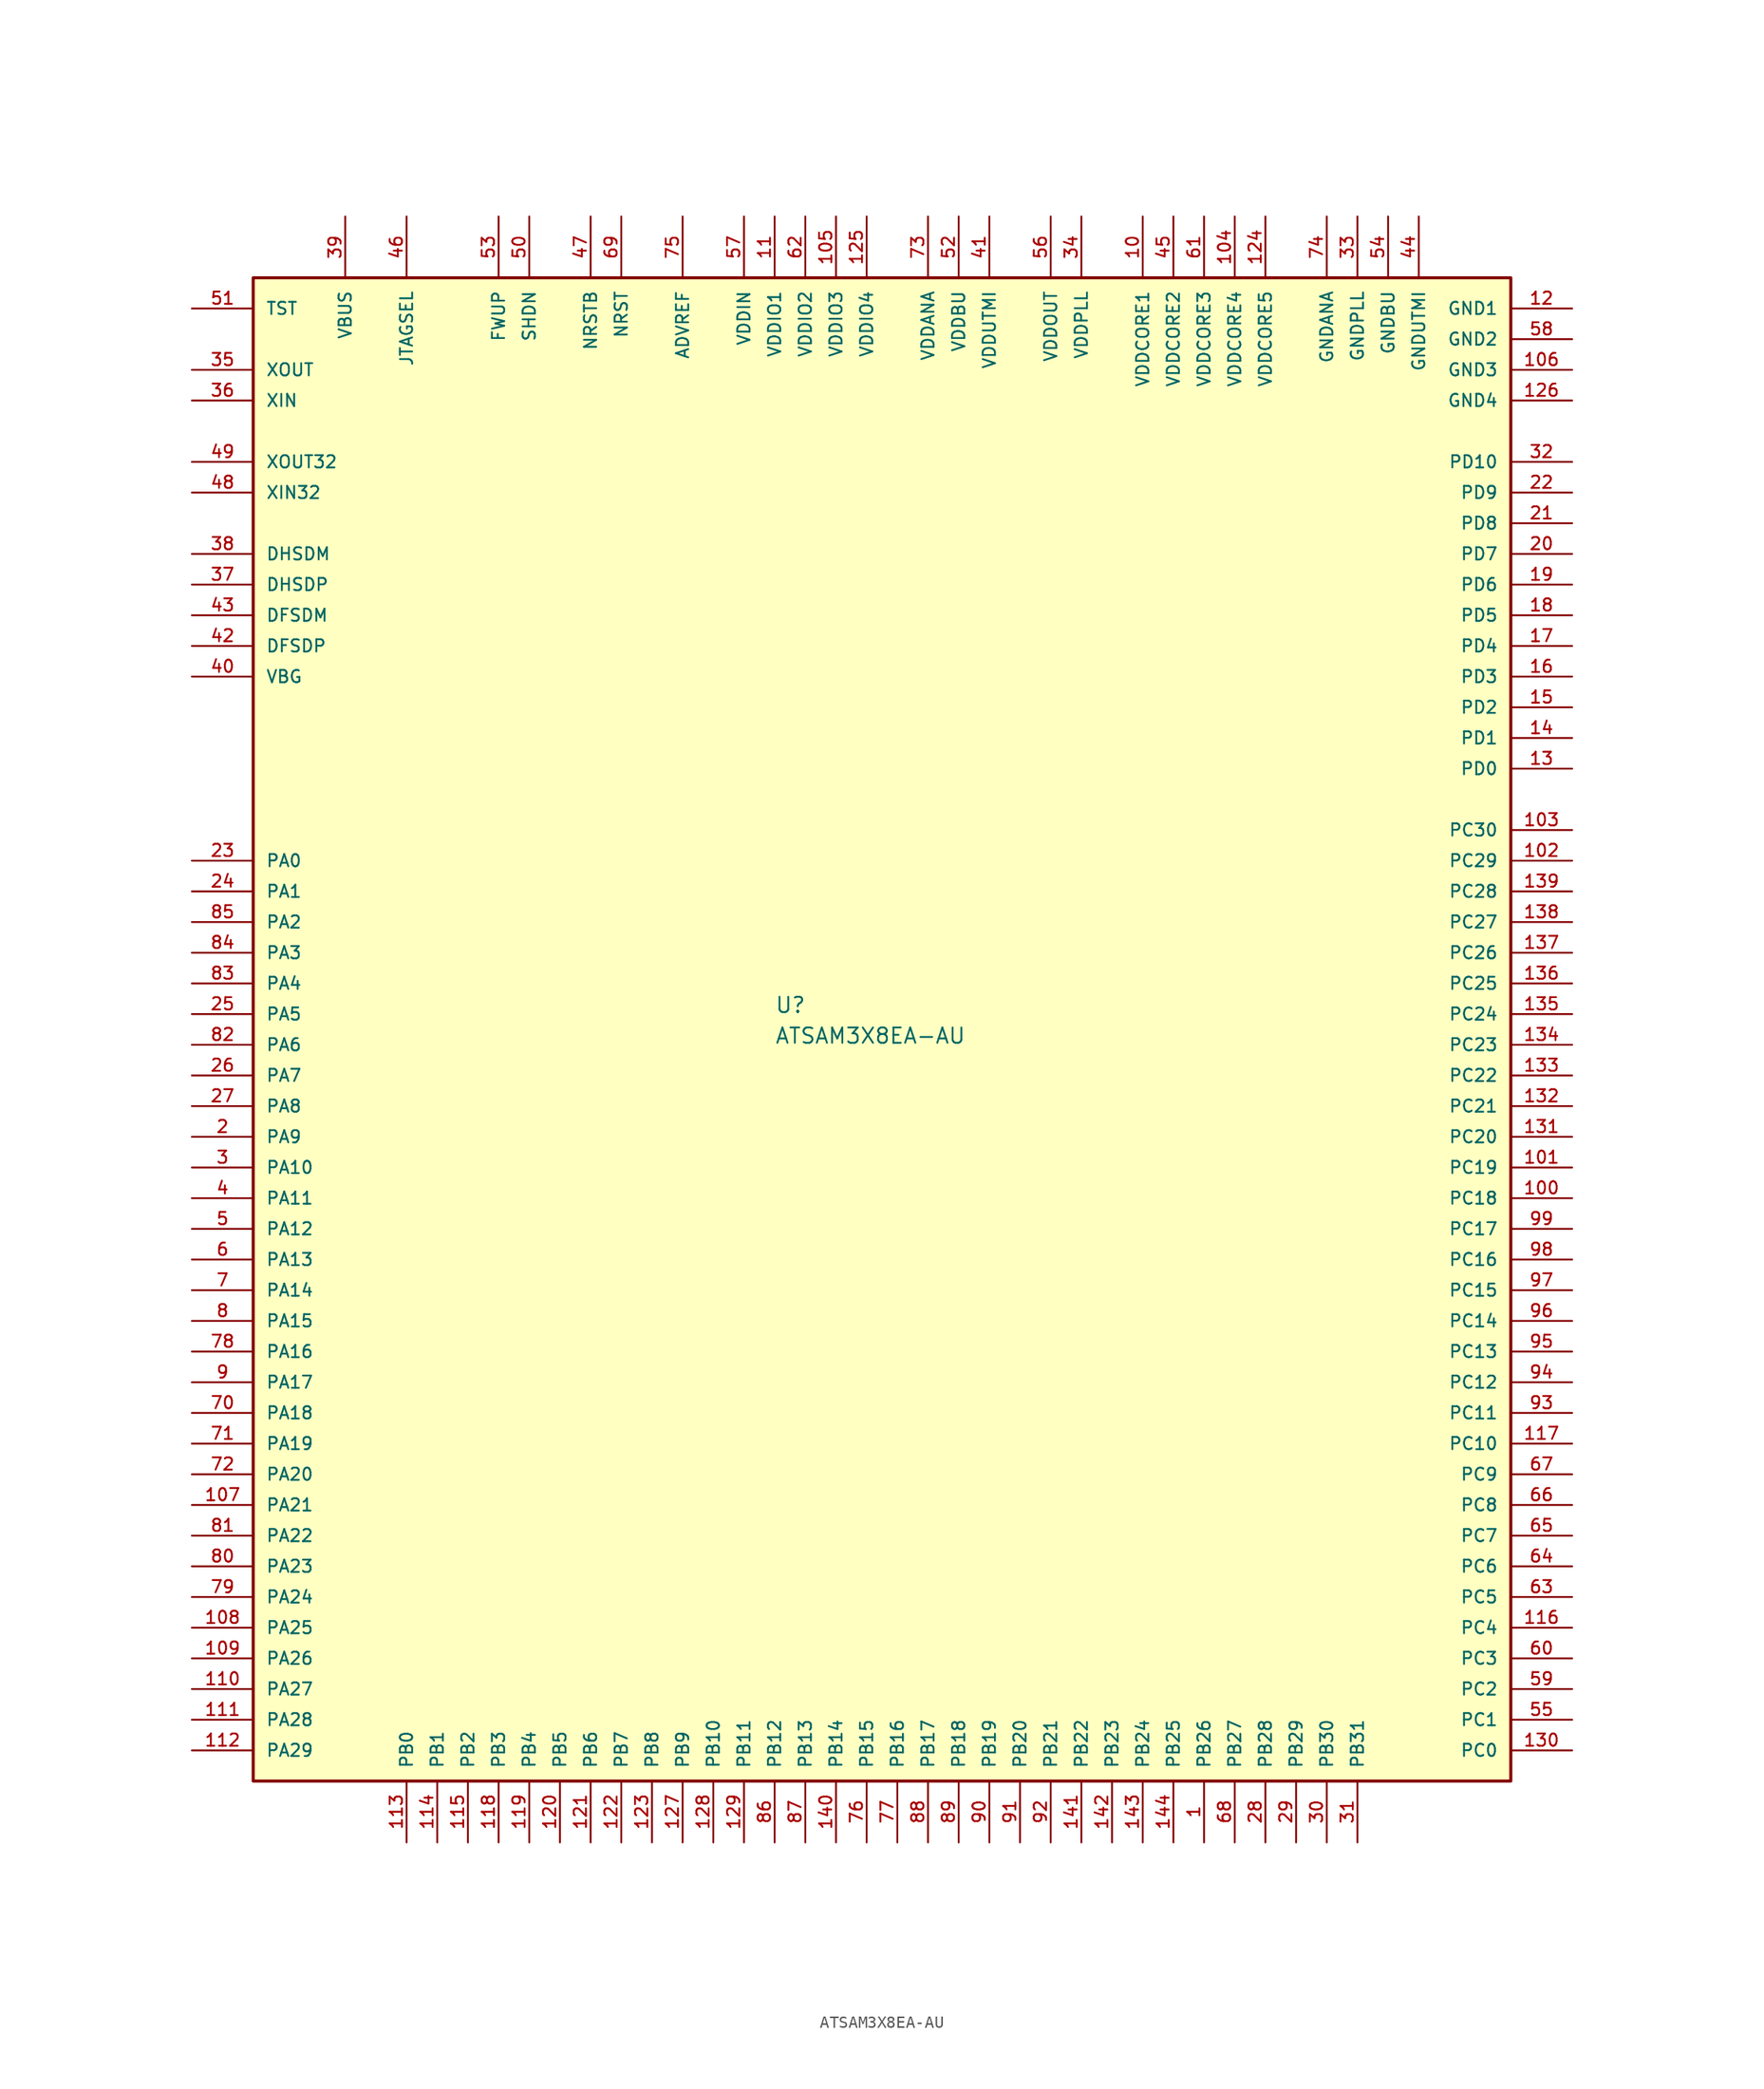
<source format=kicad_sym>
(kicad_symbol_lib
  (version 20220914)
  (generator kicad_symbol_editor)
  (symbol "ATSAM3X8EA-AU"
    (pin_names
      (offset 1.016))
    (property "Reference" "U"
      (at 10.16 111.76 0)
      (effects (font (size 1.27 1.27)) (justify left bottom)))
    (property "Value" "ATSAM3X8EA-AU"
      (at 10.16 109.22 0)
      (effects (font (size 1.27 1.27)) (justify left bottom)))
    (symbol "ATSAM3X8EA-AU_0_0"
      (rectangle (start -33.02 48.26) (end 71.12 172.72) (stroke (width 0.254) (type solid)) (fill (type background)))
      (pin bidirectional line (at 45.72 43.18 90) (length 5.08) (name "PB26" (effects (font (size 1.016 1.016)))) (number "1" (effects (font (size 1.016 1.016)))))
      (pin power_in line (at 40.64 177.8 270) (length 5.08) (name "VDDCORE1" (effects (font (size 1.016 1.016)))) (number "10" (effects (font (size 1.016 1.016)))))
      (pin bidirectional line (at 76.2 96.52 180) (length 5.08) (name "PC18" (effects (font (size 1.016 1.016)))) (number "100" (effects (font (size 1.016 1.016)))))
      (pin bidirectional line (at 76.2 99.06 180) (length 5.08) (name "PC19" (effects (font (size 1.016 1.016)))) (number "101" (effects (font (size 1.016 1.016)))))
      (pin bidirectional line (at 76.2 124.46 180) (length 5.08) (name "PC29" (effects (font (size 1.016 1.016)))) (number "102" (effects (font (size 1.016 1.016)))))
      (pin bidirectional line (at 76.2 127 180) (length 5.08) (name "PC30" (effects (font (size 1.016 1.016)))) (number "103" (effects (font (size 1.016 1.016)))))
      (pin power_in line (at 48.26 177.8 270) (length 5.08) (name "VDDCORE4" (effects (font (size 1.016 1.016)))) (number "104" (effects (font (size 1.016 1.016)))))
      (pin power_in line (at 15.24 177.8 270) (length 5.08) (name "VDDIO3" (effects (font (size 1.016 1.016)))) (number "105" (effects (font (size 1.016 1.016)))))
      (pin power_in line (at 76.2 165.1 180) (length 5.08) (name "GND3" (effects (font (size 1.016 1.016)))) (number "106" (effects (font (size 1.016 1.016)))))
      (pin bidirectional line (at -38.1 71.12 0) (length 5.08) (name "PA21" (effects (font (size 1.016 1.016)))) (number "107" (effects (font (size 1.016 1.016)))))
      (pin bidirectional line (at -38.1 60.96 0) (length 5.08) (name "PA25" (effects (font (size 1.016 1.016)))) (number "108" (effects (font (size 1.016 1.016)))))
      (pin bidirectional line (at -38.1 58.42 0) (length 5.08) (name "PA26" (effects (font (size 1.016 1.016)))) (number "109" (effects (font (size 1.016 1.016)))))
      (pin power_in line (at 10.16 177.8 270) (length 5.08) (name "VDDIO1" (effects (font (size 1.016 1.016)))) (number "11" (effects (font (size 1.016 1.016)))))
      (pin bidirectional line (at -38.1 55.88 0) (length 5.08) (name "PA27" (effects (font (size 1.016 1.016)))) (number "110" (effects (font (size 1.016 1.016)))))
      (pin bidirectional line (at -38.1 53.34 0) (length 5.08) (name "PA28" (effects (font (size 1.016 1.016)))) (number "111" (effects (font (size 1.016 1.016)))))
      (pin bidirectional line (at -38.1 50.8 0) (length 5.08) (name "PA29" (effects (font (size 1.016 1.016)))) (number "112" (effects (font (size 1.016 1.016)))))
      (pin bidirectional line (at -20.32 43.18 90) (length 5.08) (name "PB0" (effects (font (size 1.016 1.016)))) (number "113" (effects (font (size 1.016 1.016)))))
      (pin bidirectional line (at -17.78 43.18 90) (length 5.08) (name "PB1" (effects (font (size 1.016 1.016)))) (number "114" (effects (font (size 1.016 1.016)))))
      (pin bidirectional line (at -15.24 43.18 90) (length 5.08) (name "PB2" (effects (font (size 1.016 1.016)))) (number "115" (effects (font (size 1.016 1.016)))))
      (pin bidirectional line (at 76.2 60.96 180) (length 5.08) (name "PC4" (effects (font (size 1.016 1.016)))) (number "116" (effects (font (size 1.016 1.016)))))
      (pin bidirectional line (at 76.2 76.2 180) (length 5.08) (name "PC10" (effects (font (size 1.016 1.016)))) (number "117" (effects (font (size 1.016 1.016)))))
      (pin bidirectional line (at -12.7 43.18 90) (length 5.08) (name "PB3" (effects (font (size 1.016 1.016)))) (number "118" (effects (font (size 1.016 1.016)))))
      (pin bidirectional line (at -10.16 43.18 90) (length 5.08) (name "PB4" (effects (font (size 1.016 1.016)))) (number "119" (effects (font (size 1.016 1.016)))))
      (pin power_in line (at 76.2 170.18 180) (length 5.08) (name "GND1" (effects (font (size 1.016 1.016)))) (number "12" (effects (font (size 1.016 1.016)))))
      (pin bidirectional line (at -7.62 43.18 90) (length 5.08) (name "PB5" (effects (font (size 1.016 1.016)))) (number "120" (effects (font (size 1.016 1.016)))))
      (pin bidirectional line (at -5.08 43.18 90) (length 5.08) (name "PB6" (effects (font (size 1.016 1.016)))) (number "121" (effects (font (size 1.016 1.016)))))
      (pin bidirectional line (at -2.54 43.18 90) (length 5.08) (name "PB7" (effects (font (size 1.016 1.016)))) (number "122" (effects (font (size 1.016 1.016)))))
      (pin bidirectional line (at 0 43.18 90) (length 5.08) (name "PB8" (effects (font (size 1.016 1.016)))) (number "123" (effects (font (size 1.016 1.016)))))
      (pin power_in line (at 50.8 177.8 270) (length 5.08) (name "VDDCORE5" (effects (font (size 1.016 1.016)))) (number "124" (effects (font (size 1.016 1.016)))))
      (pin power_in line (at 17.78 177.8 270) (length 5.08) (name "VDDIO4" (effects (font (size 1.016 1.016)))) (number "125" (effects (font (size 1.016 1.016)))))
      (pin power_in line (at 76.2 162.56 180) (length 5.08) (name "GND4" (effects (font (size 1.016 1.016)))) (number "126" (effects (font (size 1.016 1.016)))))
      (pin bidirectional line (at 2.54 43.18 90) (length 5.08) (name "PB9" (effects (font (size 1.016 1.016)))) (number "127" (effects (font (size 1.016 1.016)))))
      (pin bidirectional line (at 5.08 43.18 90) (length 5.08) (name "PB10" (effects (font (size 1.016 1.016)))) (number "128" (effects (font (size 1.016 1.016)))))
      (pin bidirectional line (at 7.62 43.18 90) (length 5.08) (name "PB11" (effects (font (size 1.016 1.016)))) (number "129" (effects (font (size 1.016 1.016)))))
      (pin bidirectional line (at 76.2 132.08 180) (length 5.08) (name "PD0" (effects (font (size 1.016 1.016)))) (number "13" (effects (font (size 1.016 1.016)))))
      (pin bidirectional line (at 76.2 50.8 180) (length 5.08) (name "PC0" (effects (font (size 1.016 1.016)))) (number "130" (effects (font (size 1.016 1.016)))))
      (pin bidirectional line (at 76.2 101.6 180) (length 5.08) (name "PC20" (effects (font (size 1.016 1.016)))) (number "131" (effects (font (size 1.016 1.016)))))
      (pin bidirectional line (at 76.2 104.14 180) (length 5.08) (name "PC21" (effects (font (size 1.016 1.016)))) (number "132" (effects (font (size 1.016 1.016)))))
      (pin bidirectional line (at 76.2 106.68 180) (length 5.08) (name "PC22" (effects (font (size 1.016 1.016)))) (number "133" (effects (font (size 1.016 1.016)))))
      (pin bidirectional line (at 76.2 109.22 180) (length 5.08) (name "PC23" (effects (font (size 1.016 1.016)))) (number "134" (effects (font (size 1.016 1.016)))))
      (pin bidirectional line (at 76.2 111.76 180) (length 5.08) (name "PC24" (effects (font (size 1.016 1.016)))) (number "135" (effects (font (size 1.016 1.016)))))
      (pin bidirectional line (at 76.2 114.3 180) (length 5.08) (name "PC25" (effects (font (size 1.016 1.016)))) (number "136" (effects (font (size 1.016 1.016)))))
      (pin bidirectional line (at 76.2 116.84 180) (length 5.08) (name "PC26" (effects (font (size 1.016 1.016)))) (number "137" (effects (font (size 1.016 1.016)))))
      (pin bidirectional line (at 76.2 119.38 180) (length 5.08) (name "PC27" (effects (font (size 1.016 1.016)))) (number "138" (effects (font (size 1.016 1.016)))))
      (pin bidirectional line (at 76.2 121.92 180) (length 5.08) (name "PC28" (effects (font (size 1.016 1.016)))) (number "139" (effects (font (size 1.016 1.016)))))
      (pin bidirectional line (at 76.2 134.62 180) (length 5.08) (name "PD1" (effects (font (size 1.016 1.016)))) (number "14" (effects (font (size 1.016 1.016)))))
      (pin bidirectional line (at 15.24 43.18 90) (length 5.08) (name "PB14" (effects (font (size 1.016 1.016)))) (number "140" (effects (font (size 1.016 1.016)))))
      (pin bidirectional line (at 35.56 43.18 90) (length 5.08) (name "PB22" (effects (font (size 1.016 1.016)))) (number "141" (effects (font (size 1.016 1.016)))))
      (pin bidirectional line (at 38.1 43.18 90) (length 5.08) (name "PB23" (effects (font (size 1.016 1.016)))) (number "142" (effects (font (size 1.016 1.016)))))
      (pin bidirectional line (at 40.64 43.18 90) (length 5.08) (name "PB24" (effects (font (size 1.016 1.016)))) (number "143" (effects (font (size 1.016 1.016)))))
      (pin bidirectional line (at 43.18 43.18 90) (length 5.08) (name "PB25" (effects (font (size 1.016 1.016)))) (number "144" (effects (font (size 1.016 1.016)))))
      (pin bidirectional line (at 76.2 137.16 180) (length 5.08) (name "PD2" (effects (font (size 1.016 1.016)))) (number "15" (effects (font (size 1.016 1.016)))))
      (pin bidirectional line (at 76.2 139.7 180) (length 5.08) (name "PD3" (effects (font (size 1.016 1.016)))) (number "16" (effects (font (size 1.016 1.016)))))
      (pin bidirectional line (at 76.2 142.24 180) (length 5.08) (name "PD4" (effects (font (size 1.016 1.016)))) (number "17" (effects (font (size 1.016 1.016)))))
      (pin bidirectional line (at 76.2 144.78 180) (length 5.08) (name "PD5" (effects (font (size 1.016 1.016)))) (number "18" (effects (font (size 1.016 1.016)))))
      (pin bidirectional line (at 76.2 147.32 180) (length 5.08) (name "PD6" (effects (font (size 1.016 1.016)))) (number "19" (effects (font (size 1.016 1.016)))))
      (pin bidirectional line (at -38.1 101.6 0) (length 5.08) (name "PA9" (effects (font (size 1.016 1.016)))) (number "2" (effects (font (size 1.016 1.016)))))
      (pin bidirectional line (at 76.2 149.86 180) (length 5.08) (name "PD7" (effects (font (size 1.016 1.016)))) (number "20" (effects (font (size 1.016 1.016)))))
      (pin bidirectional line (at 76.2 152.4 180) (length 5.08) (name "PD8" (effects (font (size 1.016 1.016)))) (number "21" (effects (font (size 1.016 1.016)))))
      (pin bidirectional line (at 76.2 154.94 180) (length 5.08) (name "PD9" (effects (font (size 1.016 1.016)))) (number "22" (effects (font (size 1.016 1.016)))))
      (pin bidirectional line (at -38.1 124.46 0) (length 5.08) (name "PA0" (effects (font (size 1.016 1.016)))) (number "23" (effects (font (size 1.016 1.016)))))
      (pin bidirectional line (at -38.1 121.92 0) (length 5.08) (name "PA1" (effects (font (size 1.016 1.016)))) (number "24" (effects (font (size 1.016 1.016)))))
      (pin bidirectional line (at -38.1 111.76 0) (length 5.08) (name "PA5" (effects (font (size 1.016 1.016)))) (number "25" (effects (font (size 1.016 1.016)))))
      (pin bidirectional line (at -38.1 106.68 0) (length 5.08) (name "PA7" (effects (font (size 1.016 1.016)))) (number "26" (effects (font (size 1.016 1.016)))))
      (pin bidirectional line (at -38.1 104.14 0) (length 5.08) (name "PA8" (effects (font (size 1.016 1.016)))) (number "27" (effects (font (size 1.016 1.016)))))
      (pin bidirectional line (at 50.8 43.18 90) (length 5.08) (name "PB28" (effects (font (size 1.016 1.016)))) (number "28" (effects (font (size 1.016 1.016)))))
      (pin bidirectional line (at 53.34 43.18 90) (length 5.08) (name "PB29" (effects (font (size 1.016 1.016)))) (number "29" (effects (font (size 1.016 1.016)))))
      (pin bidirectional line (at -38.1 99.06 0) (length 5.08) (name "PA10" (effects (font (size 1.016 1.016)))) (number "3" (effects (font (size 1.016 1.016)))))
      (pin bidirectional line (at 55.88 43.18 90) (length 5.08) (name "PB30" (effects (font (size 1.016 1.016)))) (number "30" (effects (font (size 1.016 1.016)))))
      (pin bidirectional line (at 58.42 43.18 90) (length 5.08) (name "PB31" (effects (font (size 1.016 1.016)))) (number "31" (effects (font (size 1.016 1.016)))))
      (pin bidirectional line (at 76.2 157.48 180) (length 5.08) (name "PD10" (effects (font (size 1.016 1.016)))) (number "32" (effects (font (size 1.016 1.016)))))
      (pin power_in line (at 58.42 177.8 270) (length 5.08) (name "GNDPLL" (effects (font (size 1.016 1.016)))) (number "33" (effects (font (size 1.016 1.016)))))
      (pin power_in line (at 35.56 177.8 270) (length 5.08) (name "VDDPLL" (effects (font (size 1.016 1.016)))) (number "34" (effects (font (size 1.016 1.016)))))
      (pin output line (at -38.1 165.1 0) (length 5.08) (name "XOUT" (effects (font (size 1.016 1.016)))) (number "35" (effects (font (size 1.016 1.016)))))
      (pin input line (at -38.1 162.56 0) (length 5.08) (name "XIN" (effects (font (size 1.016 1.016)))) (number "36" (effects (font (size 1.016 1.016)))))
      (pin bidirectional line (at -38.1 147.32 0) (length 5.08) (name "DHSDP" (effects (font (size 1.016 1.016)))) (number "37" (effects (font (size 1.016 1.016)))))
      (pin bidirectional line (at -38.1 149.86 0) (length 5.08) (name "DHSDM" (effects (font (size 1.016 1.016)))) (number "38" (effects (font (size 1.016 1.016)))))
      (pin input line (at -25.4 177.8 270) (length 5.08) (name "VBUS" (effects (font (size 1.016 1.016)))) (number "39" (effects (font (size 1.016 1.016)))))
      (pin bidirectional line (at -38.1 96.52 0) (length 5.08) (name "PA11" (effects (font (size 1.016 1.016)))) (number "4" (effects (font (size 1.016 1.016)))))
      (pin input line (at -38.1 139.7 0) (length 5.08) (name "VBG" (effects (font (size 1.016 1.016)))) (number "40" (effects (font (size 1.016 1.016)))))
      (pin power_in line (at 27.94 177.8 270) (length 5.08) (name "VDDUTMI" (effects (font (size 1.016 1.016)))) (number "41" (effects (font (size 1.016 1.016)))))
      (pin bidirectional line (at -38.1 142.24 0) (length 5.08) (name "DFSDP" (effects (font (size 1.016 1.016)))) (number "42" (effects (font (size 1.016 1.016)))))
      (pin bidirectional line (at -38.1 144.78 0) (length 5.08) (name "DFSDM" (effects (font (size 1.016 1.016)))) (number "43" (effects (font (size 1.016 1.016)))))
      (pin power_in line (at 63.5 177.8 270) (length 5.08) (name "GNDUTMI" (effects (font (size 1.016 1.016)))) (number "44" (effects (font (size 1.016 1.016)))))
      (pin power_in line (at 43.18 177.8 270) (length 5.08) (name "VDDCORE2" (effects (font (size 1.016 1.016)))) (number "45" (effects (font (size 1.016 1.016)))))
      (pin input line (at -20.32 177.8 270) (length 5.08) (name "JTAGSEL" (effects (font (size 1.016 1.016)))) (number "46" (effects (font (size 1.016 1.016)))))
      (pin input line (at -5.08 177.8 270) (length 5.08) (name "NRSTB" (effects (font (size 1.016 1.016)))) (number "47" (effects (font (size 1.016 1.016)))))
      (pin input line (at -38.1 154.94 0) (length 5.08) (name "XIN32" (effects (font (size 1.016 1.016)))) (number "48" (effects (font (size 1.016 1.016)))))
      (pin output line (at -38.1 157.48 0) (length 5.08) (name "XOUT32" (effects (font (size 1.016 1.016)))) (number "49" (effects (font (size 1.016 1.016)))))
      (pin bidirectional line (at -38.1 93.98 0) (length 5.08) (name "PA12" (effects (font (size 1.016 1.016)))) (number "5" (effects (font (size 1.016 1.016)))))
      (pin output line (at -10.16 177.8 270) (length 5.08) (name "SHDN" (effects (font (size 1.016 1.016)))) (number "50" (effects (font (size 1.016 1.016)))))
      (pin input line (at -38.1 170.18 0) (length 5.08) (name "TST" (effects (font (size 1.016 1.016)))) (number "51" (effects (font (size 1.016 1.016)))))
      (pin power_in line (at 25.4 177.8 270) (length 5.08) (name "VDDBU" (effects (font (size 1.016 1.016)))) (number "52" (effects (font (size 1.016 1.016)))))
      (pin input line (at -12.7 177.8 270) (length 5.08) (name "FWUP" (effects (font (size 1.016 1.016)))) (number "53" (effects (font (size 1.016 1.016)))))
      (pin power_in line (at 60.96 177.8 270) (length 5.08) (name "GNDBU" (effects (font (size 1.016 1.016)))) (number "54" (effects (font (size 1.016 1.016)))))
      (pin bidirectional line (at 76.2 53.34 180) (length 5.08) (name "PC1" (effects (font (size 1.016 1.016)))) (number "55" (effects (font (size 1.016 1.016)))))
      (pin power_in line (at 33.02 177.8 270) (length 5.08) (name "VDDOUT" (effects (font (size 1.016 1.016)))) (number "56" (effects (font (size 1.016 1.016)))))
      (pin power_in line (at 7.62 177.8 270) (length 5.08) (name "VDDIN" (effects (font (size 1.016 1.016)))) (number "57" (effects (font (size 1.016 1.016)))))
      (pin power_in line (at 76.2 167.64 180) (length 5.08) (name "GND2" (effects (font (size 1.016 1.016)))) (number "58" (effects (font (size 1.016 1.016)))))
      (pin bidirectional line (at 76.2 55.88 180) (length 5.08) (name "PC2" (effects (font (size 1.016 1.016)))) (number "59" (effects (font (size 1.016 1.016)))))
      (pin bidirectional line (at -38.1 91.44 0) (length 5.08) (name "PA13" (effects (font (size 1.016 1.016)))) (number "6" (effects (font (size 1.016 1.016)))))
      (pin bidirectional line (at 76.2 58.42 180) (length 5.08) (name "PC3" (effects (font (size 1.016 1.016)))) (number "60" (effects (font (size 1.016 1.016)))))
      (pin power_in line (at 45.72 177.8 270) (length 5.08) (name "VDDCORE3" (effects (font (size 1.016 1.016)))) (number "61" (effects (font (size 1.016 1.016)))))
      (pin power_in line (at 12.7 177.8 270) (length 5.08) (name "VDDIO2" (effects (font (size 1.016 1.016)))) (number "62" (effects (font (size 1.016 1.016)))))
      (pin bidirectional line (at 76.2 63.5 180) (length 5.08) (name "PC5" (effects (font (size 1.016 1.016)))) (number "63" (effects (font (size 1.016 1.016)))))
      (pin bidirectional line (at 76.2 66.04 180) (length 5.08) (name "PC6" (effects (font (size 1.016 1.016)))) (number "64" (effects (font (size 1.016 1.016)))))
      (pin bidirectional line (at 76.2 68.58 180) (length 5.08) (name "PC7" (effects (font (size 1.016 1.016)))) (number "65" (effects (font (size 1.016 1.016)))))
      (pin bidirectional line (at 76.2 71.12 180) (length 5.08) (name "PC8" (effects (font (size 1.016 1.016)))) (number "66" (effects (font (size 1.016 1.016)))))
      (pin bidirectional line (at 76.2 73.66 180) (length 5.08) (name "PC9" (effects (font (size 1.016 1.016)))) (number "67" (effects (font (size 1.016 1.016)))))
      (pin bidirectional line (at 48.26 43.18 90) (length 5.08) (name "PB27" (effects (font (size 1.016 1.016)))) (number "68" (effects (font (size 1.016 1.016)))))
      (pin bidirectional line (at -2.54 177.8 270) (length 5.08) (name "NRST" (effects (font (size 1.016 1.016)))) (number "69" (effects (font (size 1.016 1.016)))))
      (pin bidirectional line (at -38.1 88.9 0) (length 5.08) (name "PA14" (effects (font (size 1.016 1.016)))) (number "7" (effects (font (size 1.016 1.016)))))
      (pin bidirectional line (at -38.1 78.74 0) (length 5.08) (name "PA18" (effects (font (size 1.016 1.016)))) (number "70" (effects (font (size 1.016 1.016)))))
      (pin bidirectional line (at -38.1 76.2 0) (length 5.08) (name "PA19" (effects (font (size 1.016 1.016)))) (number "71" (effects (font (size 1.016 1.016)))))
      (pin bidirectional line (at -38.1 73.66 0) (length 5.08) (name "PA20" (effects (font (size 1.016 1.016)))) (number "72" (effects (font (size 1.016 1.016)))))
      (pin power_in line (at 22.86 177.8 270) (length 5.08) (name "VDDANA" (effects (font (size 1.016 1.016)))) (number "73" (effects (font (size 1.016 1.016)))))
      (pin power_in line (at 55.88 177.8 270) (length 5.08) (name "GNDANA" (effects (font (size 1.016 1.016)))) (number "74" (effects (font (size 1.016 1.016)))))
      (pin input line (at 2.54 177.8 270) (length 5.08) (name "ADVREF" (effects (font (size 1.016 1.016)))) (number "75" (effects (font (size 1.016 1.016)))))
      (pin bidirectional line (at 17.78 43.18 90) (length 5.08) (name "PB15" (effects (font (size 1.016 1.016)))) (number "76" (effects (font (size 1.016 1.016)))))
      (pin bidirectional line (at 20.32 43.18 90) (length 5.08) (name "PB16" (effects (font (size 1.016 1.016)))) (number "77" (effects (font (size 1.016 1.016)))))
      (pin bidirectional line (at -38.1 83.82 0) (length 5.08) (name "PA16" (effects (font (size 1.016 1.016)))) (number "78" (effects (font (size 1.016 1.016)))))
      (pin bidirectional line (at -38.1 63.5 0) (length 5.08) (name "PA24" (effects (font (size 1.016 1.016)))) (number "79" (effects (font (size 1.016 1.016)))))
      (pin bidirectional line (at -38.1 86.36 0) (length 5.08) (name "PA15" (effects (font (size 1.016 1.016)))) (number "8" (effects (font (size 1.016 1.016)))))
      (pin bidirectional line (at -38.1 66.04 0) (length 5.08) (name "PA23" (effects (font (size 1.016 1.016)))) (number "80" (effects (font (size 1.016 1.016)))))
      (pin bidirectional line (at -38.1 68.58 0) (length 5.08) (name "PA22" (effects (font (size 1.016 1.016)))) (number "81" (effects (font (size 1.016 1.016)))))
      (pin bidirectional line (at -38.1 109.22 0) (length 5.08) (name "PA6" (effects (font (size 1.016 1.016)))) (number "82" (effects (font (size 1.016 1.016)))))
      (pin bidirectional line (at -38.1 114.3 0) (length 5.08) (name "PA4" (effects (font (size 1.016 1.016)))) (number "83" (effects (font (size 1.016 1.016)))))
      (pin bidirectional line (at -38.1 116.84 0) (length 5.08) (name "PA3" (effects (font (size 1.016 1.016)))) (number "84" (effects (font (size 1.016 1.016)))))
      (pin bidirectional line (at -38.1 119.38 0) (length 5.08) (name "PA2" (effects (font (size 1.016 1.016)))) (number "85" (effects (font (size 1.016 1.016)))))
      (pin bidirectional line (at 10.16 43.18 90) (length 5.08) (name "PB12" (effects (font (size 1.016 1.016)))) (number "86" (effects (font (size 1.016 1.016)))))
      (pin bidirectional line (at 12.7 43.18 90) (length 5.08) (name "PB13" (effects (font (size 1.016 1.016)))) (number "87" (effects (font (size 1.016 1.016)))))
      (pin bidirectional line (at 22.86 43.18 90) (length 5.08) (name "PB17" (effects (font (size 1.016 1.016)))) (number "88" (effects (font (size 1.016 1.016)))))
      (pin bidirectional line (at 25.4 43.18 90) (length 5.08) (name "PB18" (effects (font (size 1.016 1.016)))) (number "89" (effects (font (size 1.016 1.016)))))
      (pin bidirectional line (at -38.1 81.28 0) (length 5.08) (name "PA17" (effects (font (size 1.016 1.016)))) (number "9" (effects (font (size 1.016 1.016)))))
      (pin bidirectional line (at 27.94 43.18 90) (length 5.08) (name "PB19" (effects (font (size 1.016 1.016)))) (number "90" (effects (font (size 1.016 1.016)))))
      (pin bidirectional line (at 30.48 43.18 90) (length 5.08) (name "PB20" (effects (font (size 1.016 1.016)))) (number "91" (effects (font (size 1.016 1.016)))))
      (pin bidirectional line (at 33.02 43.18 90) (length 5.08) (name "PB21" (effects (font (size 1.016 1.016)))) (number "92" (effects (font (size 1.016 1.016)))))
      (pin bidirectional line (at 76.2 78.74 180) (length 5.08) (name "PC11" (effects (font (size 1.016 1.016)))) (number "93" (effects (font (size 1.016 1.016)))))
      (pin bidirectional line (at 76.2 81.28 180) (length 5.08) (name "PC12" (effects (font (size 1.016 1.016)))) (number "94" (effects (font (size 1.016 1.016)))))
      (pin bidirectional line (at 76.2 83.82 180) (length 5.08) (name "PC13" (effects (font (size 1.016 1.016)))) (number "95" (effects (font (size 1.016 1.016)))))
      (pin bidirectional line (at 76.2 86.36 180) (length 5.08) (name "PC14" (effects (font (size 1.016 1.016)))) (number "96" (effects (font (size 1.016 1.016)))))
      (pin bidirectional line (at 76.2 88.9 180) (length 5.08) (name "PC15" (effects (font (size 1.016 1.016)))) (number "97" (effects (font (size 1.016 1.016)))))
      (pin bidirectional line (at 76.2 91.44 180) (length 5.08) (name "PC16" (effects (font (size 1.016 1.016)))) (number "98" (effects (font (size 1.016 1.016)))))
      (pin bidirectional line (at 76.2 93.98 180) (length 5.08) (name "PC17" (effects (font (size 1.016 1.016)))) (number "99" (effects (font (size 1.016 1.016))))))))
</source>
